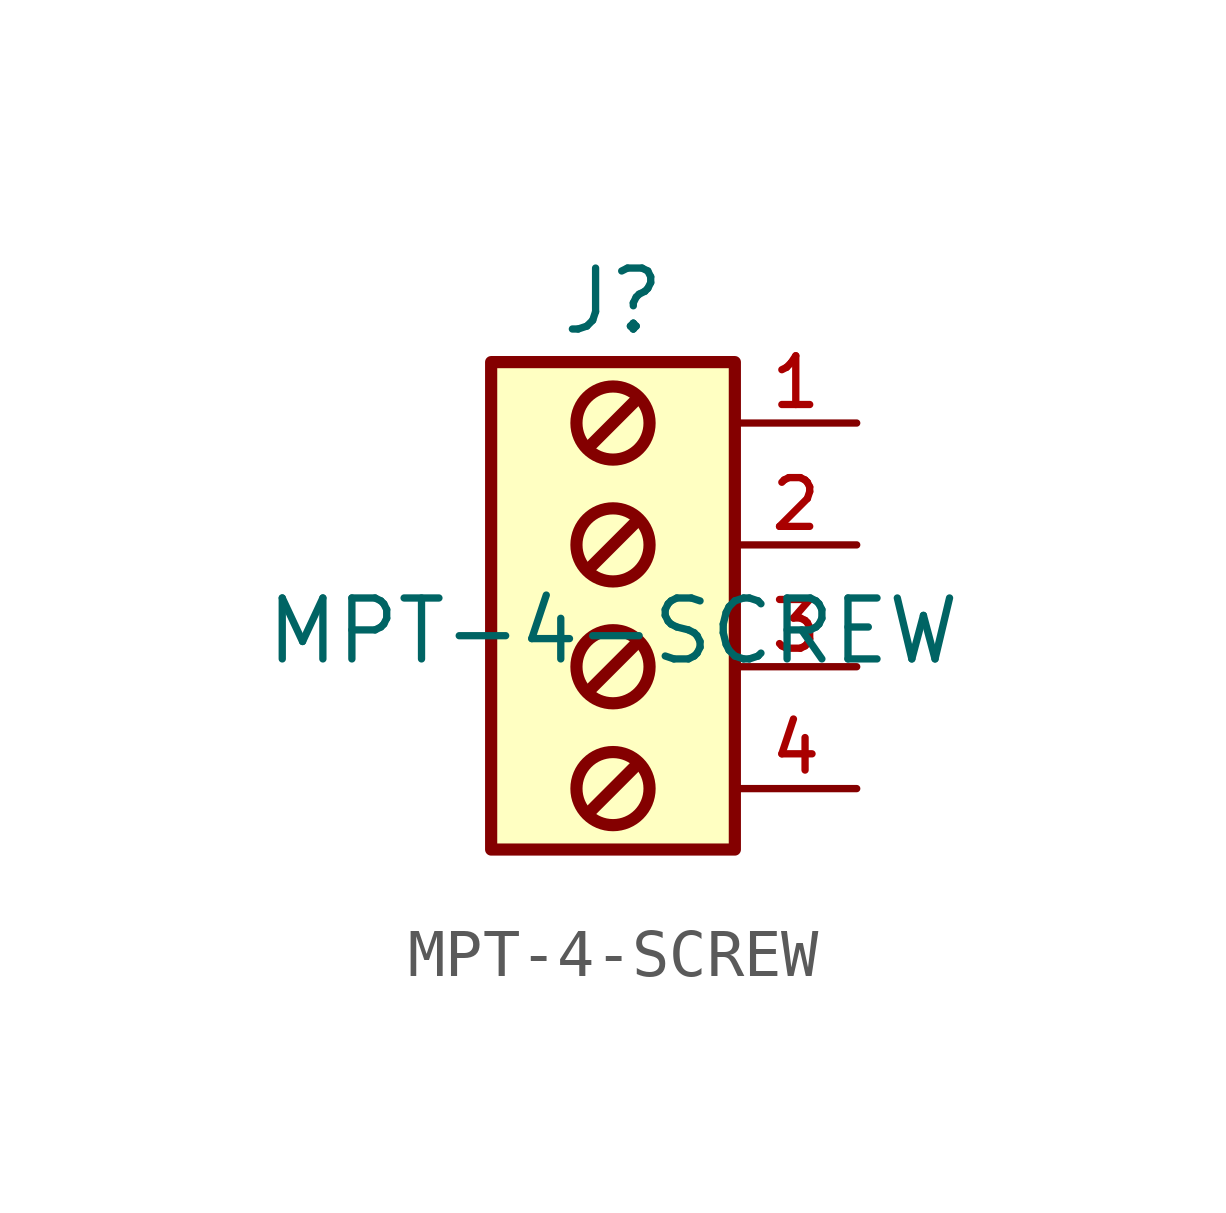
<source format=kicad_sym>
(kicad_symbol_lib
  (version 20211014)
  (generator kicad_symbol_editor)
  (symbol "MPT-4-SCREW"
    (pin_names
      (offset 1.016))
    (property "Reference" "J"
      (at 0.0 7.62 0)
      (effects (font (size 1.27 1.27))))
    (property "Value" "MPT-4-SCREW"
      (at 0 0.0 0)
      (effects (font (size 1.27 1.27)) (justify bottom)))
    (symbol "MPT-4-SCREW_0_0"
      (circle (center 0.0 2.54) (radius 0.762) (stroke (width 0.254)) (fill (type none)))
      (circle (center 0.0 5.08) (radius 0.762) (stroke (width 0.254)) (fill (type none)))
      (polyline (pts (xy -0.508 2.032) (xy 0.508 3.048)) (stroke (width 0.254)))
      (polyline (pts (xy -0.508 4.572) (xy 0.508 5.588)) (stroke (width 0.254)))
      (circle (center 0.0 0.0) (radius 0.762) (stroke (width 0.254)) (fill (type none)))
      (polyline (pts (xy -0.508 -0.508) (xy 0.508 0.508)) (stroke (width 0.254)))
      (circle (center 0.0 -2.54) (radius 0.762) (stroke (width 0.254)) (fill (type none)))
      (polyline (pts (xy -0.508 -3.048) (xy 0.508 -2.032)) (stroke (width 0.254)))
      (rectangle (start -2.54 -3.81) (end 2.54 6.35) (stroke (width 0.254)) (fill (type background)))
      (pin bidirectional line (at 5.08 5.08 180.0) (length 2.54) (name "~" (effects (font (size 1.016 1.016)))) (number "1" (effects (font (size 1.016 1.016)))))
      (pin bidirectional line (at 5.08 2.54 180.0) (length 2.54) (name "~" (effects (font (size 1.016 1.016)))) (number "2" (effects (font (size 1.016 1.016)))))
      (pin bidirectional line (at 5.08 0.0 180.0) (length 2.54) (name "~" (effects (font (size 1.016 1.016)))) (number "3" (effects (font (size 1.016 1.016)))))
      (pin bidirectional line (at 5.08 -2.54 180.0) (length 2.54) (name "~" (effects (font (size 1.016 1.016)))) (number "4" (effects (font (size 1.016 1.016))))))))
</source>
